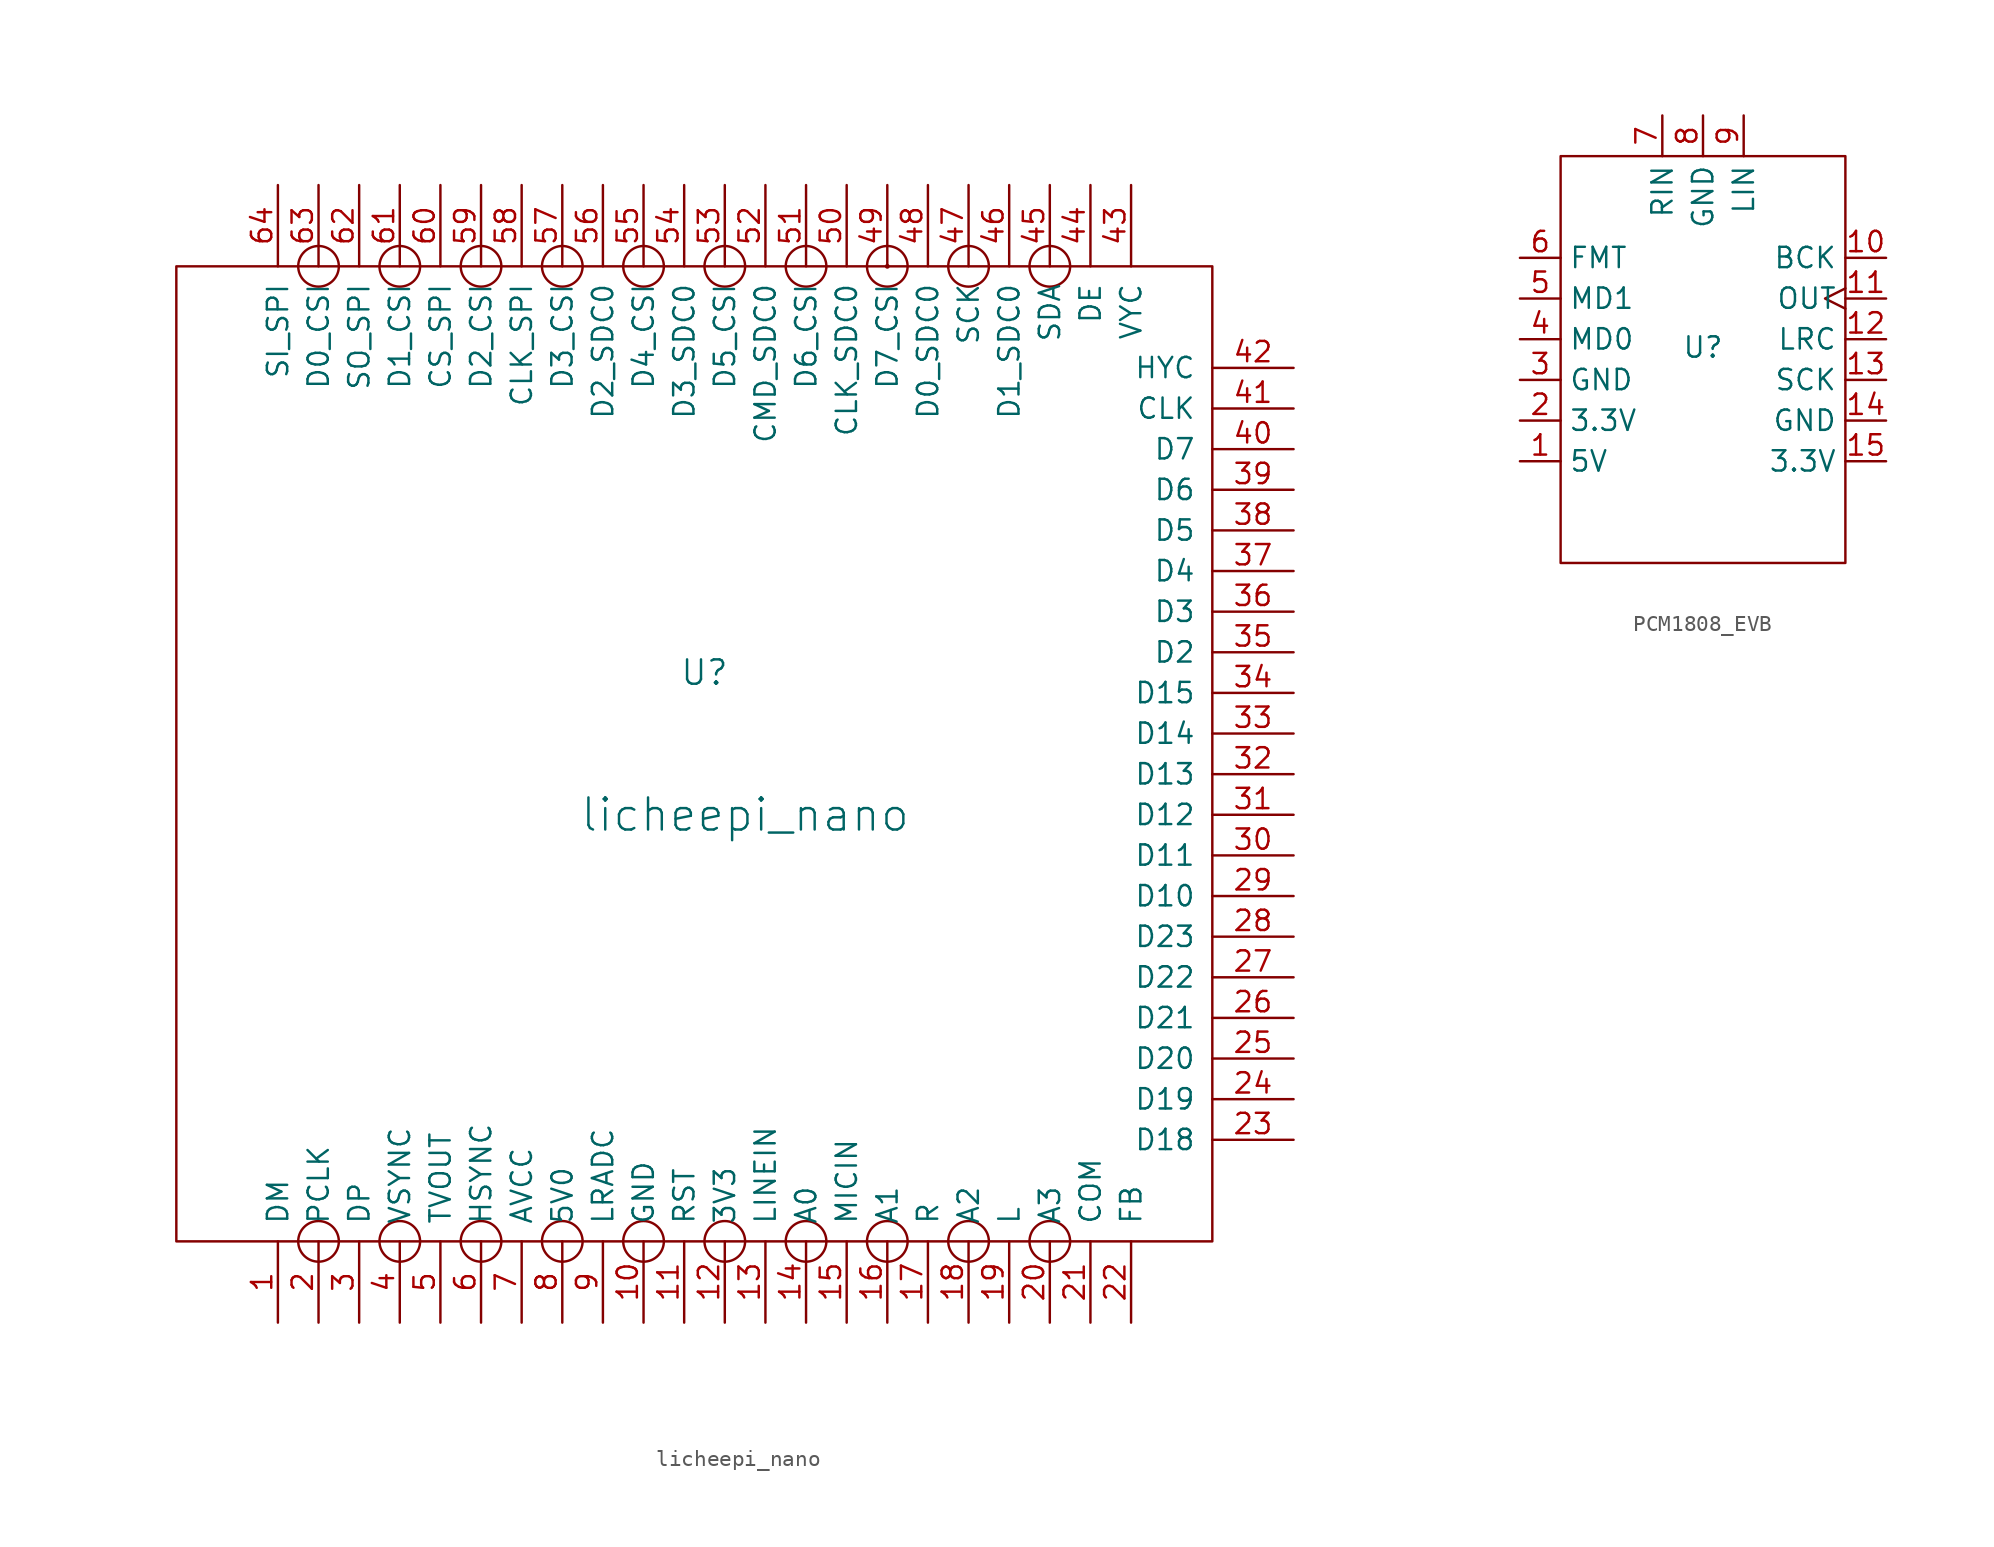
<source format=kicad_sym>
(kicad_symbol_lib
  (version 20231120)
  (generator "kicad_symbol_editor")
  (generator_version "8.0")
  (symbol "licheepi_nano"
    (pin_names
      (offset 1.016))
    (property "Reference" "U"
      (at 0 6.35 0)
      (effects (font (size 1.524 1.524))))
    (property "Value" "licheepi_nano"
      (at 2.54 -2.54 0)
      (effects (font (size 2.007 2.007))))
    (symbol "licheepi_nano_0_1"
      (rectangle (start -33.02 31.75) (end 31.75 -29.21) (stroke (width 0) (type solid)) (fill (type none)))
      (circle (center -24.13 -29.21) (radius 1.27) (stroke (width 0) (type solid)) (fill (type none)))
      (circle (center -24.13 31.75) (radius 1.27) (stroke (width 0) (type solid)) (fill (type none)))
      (circle (center -19.05 -29.21) (radius 1.27) (stroke (width 0) (type solid)) (fill (type none)))
      (circle (center -19.05 31.75) (radius 1.27) (stroke (width 0) (type solid)) (fill (type none)))
      (circle (center -13.97 -29.21) (radius 1.27) (stroke (width 0) (type solid)) (fill (type none)))
      (circle (center -13.97 31.75) (radius 1.27) (stroke (width 0) (type solid)) (fill (type none)))
      (circle (center -8.89 -29.21) (radius 1.27) (stroke (width 0) (type solid)) (fill (type none)))
      (circle (center -8.89 31.75) (radius 1.27) (stroke (width 0) (type solid)) (fill (type none)))
      (circle (center -3.81 -29.21) (radius 1.27) (stroke (width 0) (type solid)) (fill (type none)))
      (circle (center -3.81 31.75) (radius 1.27) (stroke (width 0) (type solid)) (fill (type none)))
      (circle (center 1.27 -29.21) (radius 1.27) (stroke (width 0) (type solid)) (fill (type none)))
      (circle (center 1.27 31.75) (radius 1.27) (stroke (width 0) (type solid)) (fill (type none)))
      (circle (center 6.35 -29.21) (radius 1.27) (stroke (width 0) (type solid)) (fill (type none)))
      (circle (center 6.35 31.75) (radius 1.27) (stroke (width 0) (type solid)) (fill (type none)))
      (circle (center 11.43 -29.21) (radius 1.27) (stroke (width 0) (type solid)) (fill (type none)))
      (circle (center 11.43 31.75) (radius 0.0001) (stroke (width 0) (type solid)) (fill (type none)))
      (circle (center 11.43 31.75) (radius 1.27) (stroke (width 0) (type solid)) (fill (type none)))
      (circle (center 16.51 -29.21) (radius 1.27) (stroke (width 0) (type solid)) (fill (type none)))
      (circle (center 16.51 31.75) (radius 1.27) (stroke (width 0) (type solid)) (fill (type none)))
      (circle (center 21.59 -29.21) (radius 1.27) (stroke (width 0) (type solid)) (fill (type none)))
      (circle (center 21.59 31.75) (radius 1.27) (stroke (width 0) (type solid)) (fill (type none))))
    (symbol "licheepi_nano_1_1"
      (pin input line (at -26.67 -34.29 90) (length 5.08) (name "DM" (effects (font (size 1.27 1.27)))) (number "1" (effects (font (size 1.27 1.27)))))
      (pin input line (at -3.81 -34.29 90) (length 5.08) (name "GND" (effects (font (size 1.27 1.27)))) (number "10" (effects (font (size 1.27 1.27)))))
      (pin input line (at -1.27 -34.29 90) (length 5.08) (name "RST" (effects (font (size 1.27 1.27)))) (number "11" (effects (font (size 1.27 1.27)))))
      (pin input line (at 1.27 -34.29 90) (length 5.08) (name "3V3" (effects (font (size 1.27 1.27)))) (number "12" (effects (font (size 1.27 1.27)))))
      (pin input line (at 3.81 -34.29 90) (length 5.08) (name "LINEIN" (effects (font (size 1.27 1.27)))) (number "13" (effects (font (size 1.27 1.27)))))
      (pin input line (at 6.35 -34.29 90) (length 5.08) (name "A0" (effects (font (size 1.27 1.27)))) (number "14" (effects (font (size 1.27 1.27)))))
      (pin input line (at 8.89 -34.29 90) (length 5.08) (name "MICIN" (effects (font (size 1.27 1.27)))) (number "15" (effects (font (size 1.27 1.27)))))
      (pin input line (at 11.43 -34.29 90) (length 5.08) (name "A1" (effects (font (size 1.27 1.27)))) (number "16" (effects (font (size 1.27 1.27)))))
      (pin input line (at 13.97 -34.29 90) (length 5.08) (name "R" (effects (font (size 1.27 1.27)))) (number "17" (effects (font (size 1.27 1.27)))))
      (pin input line (at 16.51 -34.29 90) (length 5.08) (name "A2" (effects (font (size 1.27 1.27)))) (number "18" (effects (font (size 1.27 1.27)))))
      (pin input line (at 19.05 -34.29 90) (length 5.08) (name "L" (effects (font (size 1.27 1.27)))) (number "19" (effects (font (size 1.27 1.27)))))
      (pin input line (at -24.13 -34.29 90) (length 5.08) (name "PCLK" (effects (font (size 1.27 1.27)))) (number "2" (effects (font (size 1.27 1.27)))))
      (pin input line (at 21.59 -34.29 90) (length 5.08) (name "A3" (effects (font (size 1.27 1.27)))) (number "20" (effects (font (size 1.27 1.27)))))
      (pin input line (at 24.13 -34.29 90) (length 5.08) (name "COM" (effects (font (size 1.27 1.27)))) (number "21" (effects (font (size 1.27 1.27)))))
      (pin input line (at 26.67 -34.29 90) (length 5.08) (name "FB" (effects (font (size 1.27 1.27)))) (number "22" (effects (font (size 1.27 1.27)))))
      (pin unspecified line (at 36.83 -22.86 180) (length 5.08) (name "D18" (effects (font (size 1.27 1.27)))) (number "23" (effects (font (size 1.27 1.27)))))
      (pin unspecified line (at 36.83 -20.32 180) (length 5.08) (name "D19" (effects (font (size 1.27 1.27)))) (number "24" (effects (font (size 1.27 1.27)))))
      (pin unspecified line (at 36.83 -17.78 180) (length 5.08) (name "D20" (effects (font (size 1.27 1.27)))) (number "25" (effects (font (size 1.27 1.27)))))
      (pin unspecified line (at 36.83 -15.24 180) (length 5.08) (name "D21" (effects (font (size 1.27 1.27)))) (number "26" (effects (font (size 1.27 1.27)))))
      (pin unspecified line (at 36.83 -12.7 180) (length 5.08) (name "D22" (effects (font (size 1.27 1.27)))) (number "27" (effects (font (size 1.27 1.27)))))
      (pin unspecified line (at 36.83 -10.16 180) (length 5.08) (name "D23" (effects (font (size 1.27 1.27)))) (number "28" (effects (font (size 1.27 1.27)))))
      (pin unspecified line (at 36.83 -7.62 180) (length 5.08) (name "D10" (effects (font (size 1.27 1.27)))) (number "29" (effects (font (size 1.27 1.27)))))
      (pin input line (at -21.59 -34.29 90) (length 5.08) (name "DP" (effects (font (size 1.27 1.27)))) (number "3" (effects (font (size 1.27 1.27)))))
      (pin unspecified line (at 36.83 -5.08 180) (length 5.08) (name "D11" (effects (font (size 1.27 1.27)))) (number "30" (effects (font (size 1.27 1.27)))))
      (pin unspecified line (at 36.83 -2.54 180) (length 5.08) (name "D12" (effects (font (size 1.27 1.27)))) (number "31" (effects (font (size 1.27 1.27)))))
      (pin unspecified line (at 36.83 0 180) (length 5.08) (name "D13" (effects (font (size 1.27 1.27)))) (number "32" (effects (font (size 1.27 1.27)))))
      (pin unspecified line (at 36.83 2.54 180) (length 5.08) (name "D14" (effects (font (size 1.27 1.27)))) (number "33" (effects (font (size 1.27 1.27)))))
      (pin unspecified line (at 36.83 5.08 180) (length 5.08) (name "D15" (effects (font (size 1.27 1.27)))) (number "34" (effects (font (size 1.27 1.27)))))
      (pin unspecified line (at 36.83 7.62 180) (length 5.08) (name "D2" (effects (font (size 1.27 1.27)))) (number "35" (effects (font (size 1.27 1.27)))))
      (pin unspecified line (at 36.83 10.16 180) (length 5.08) (name "D3" (effects (font (size 1.27 1.27)))) (number "36" (effects (font (size 1.27 1.27)))))
      (pin unspecified line (at 36.83 12.7 180) (length 5.08) (name "D4" (effects (font (size 1.27 1.27)))) (number "37" (effects (font (size 1.27 1.27)))))
      (pin unspecified line (at 36.83 15.24 180) (length 5.08) (name "D5" (effects (font (size 1.27 1.27)))) (number "38" (effects (font (size 1.27 1.27)))))
      (pin unspecified line (at 36.83 17.78 180) (length 5.08) (name "D6" (effects (font (size 1.27 1.27)))) (number "39" (effects (font (size 1.27 1.27)))))
      (pin input line (at -19.05 -34.29 90) (length 5.08) (name "VSYNC" (effects (font (size 1.27 1.27)))) (number "4" (effects (font (size 1.27 1.27)))))
      (pin unspecified line (at 36.83 20.32 180) (length 5.08) (name "D7" (effects (font (size 1.27 1.27)))) (number "40" (effects (font (size 1.27 1.27)))))
      (pin unspecified line (at 36.83 22.86 180) (length 5.08) (name "CLK" (effects (font (size 1.27 1.27)))) (number "41" (effects (font (size 1.27 1.27)))))
      (pin unspecified line (at 36.83 25.4 180) (length 5.08) (name "HYC" (effects (font (size 1.27 1.27)))) (number "42" (effects (font (size 1.27 1.27)))))
      (pin unspecified line (at 26.67 36.83 270) (length 5.08) (name "VYC" (effects (font (size 1.27 1.27)))) (number "43" (effects (font (size 1.27 1.27)))))
      (pin unspecified line (at 24.13 36.83 270) (length 5.08) (name "DE" (effects (font (size 1.27 1.27)))) (number "44" (effects (font (size 1.27 1.27)))))
      (pin unspecified line (at 21.59 36.83 270) (length 5.08) (name "SDA" (effects (font (size 1.27 1.27)))) (number "45" (effects (font (size 1.27 1.27)))))
      (pin unspecified line (at 19.05 36.83 270) (length 5.08) (name "D1_SDC0" (effects (font (size 1.27 1.27)))) (number "46" (effects (font (size 1.27 1.27)))))
      (pin unspecified line (at 16.51 36.83 270) (length 5.08) (name "SCK" (effects (font (size 1.27 1.27)))) (number "47" (effects (font (size 1.27 1.27)))))
      (pin unspecified line (at 13.97 36.83 270) (length 5.08) (name "D0_SDC0" (effects (font (size 1.27 1.27)))) (number "48" (effects (font (size 1.27 1.27)))))
      (pin unspecified line (at 11.43 36.83 270) (length 5.08) (name "D7_CSI" (effects (font (size 1.27 1.27)))) (number "49" (effects (font (size 1.27 1.27)))))
      (pin input line (at -16.51 -34.29 90) (length 5.08) (name "TVOUT" (effects (font (size 1.27 1.27)))) (number "5" (effects (font (size 1.27 1.27)))))
      (pin unspecified line (at 8.89 36.83 270) (length 5.08) (name "CLK_SDC0" (effects (font (size 1.27 1.27)))) (number "50" (effects (font (size 1.27 1.27)))))
      (pin unspecified line (at 6.35 36.83 270) (length 5.08) (name "D6_CSI" (effects (font (size 1.27 1.27)))) (number "51" (effects (font (size 1.27 1.27)))))
      (pin unspecified line (at 3.81 36.83 270) (length 5.08) (name "CMD_SDC0" (effects (font (size 1.27 1.27)))) (number "52" (effects (font (size 1.27 1.27)))))
      (pin unspecified line (at 1.27 36.83 270) (length 5.08) (name "D5_CSI" (effects (font (size 1.27 1.27)))) (number "53" (effects (font (size 1.27 1.27)))))
      (pin unspecified line (at -1.27 36.83 270) (length 5.08) (name "D3_SDC0" (effects (font (size 1.27 1.27)))) (number "54" (effects (font (size 1.27 1.27)))))
      (pin unspecified line (at -3.81 36.83 270) (length 5.08) (name "D4_CSI" (effects (font (size 1.27 1.27)))) (number "55" (effects (font (size 1.27 1.27)))))
      (pin unspecified line (at -6.35 36.83 270) (length 5.08) (name "D2_SDC0" (effects (font (size 1.27 1.27)))) (number "56" (effects (font (size 1.27 1.27)))))
      (pin unspecified line (at -8.89 36.83 270) (length 5.08) (name "D3_CSI" (effects (font (size 1.27 1.27)))) (number "57" (effects (font (size 1.27 1.27)))))
      (pin unspecified line (at -11.43 36.83 270) (length 5.08) (name "CLK_SPI" (effects (font (size 1.27 1.27)))) (number "58" (effects (font (size 1.27 1.27)))))
      (pin unspecified line (at -13.97 36.83 270) (length 5.08) (name "D2_CSI" (effects (font (size 1.27 1.27)))) (number "59" (effects (font (size 1.27 1.27)))))
      (pin input line (at -13.97 -34.29 90) (length 5.08) (name "HSYNC" (effects (font (size 1.27 1.27)))) (number "6" (effects (font (size 1.27 1.27)))))
      (pin unspecified line (at -16.51 36.83 270) (length 5.08) (name "CS_SPI" (effects (font (size 1.27 1.27)))) (number "60" (effects (font (size 1.27 1.27)))))
      (pin unspecified line (at -19.05 36.83 270) (length 5.08) (name "D1_CSI" (effects (font (size 1.27 1.27)))) (number "61" (effects (font (size 1.27 1.27)))))
      (pin unspecified line (at -21.59 36.83 270) (length 5.08) (name "SO_SPI" (effects (font (size 1.27 1.27)))) (number "62" (effects (font (size 1.27 1.27)))))
      (pin unspecified line (at -24.13 36.83 270) (length 5.08) (name "D0_CSI" (effects (font (size 1.27 1.27)))) (number "63" (effects (font (size 1.27 1.27)))))
      (pin unspecified line (at -26.67 36.83 270) (length 5.08) (name "SI_SPI" (effects (font (size 1.27 1.27)))) (number "64" (effects (font (size 1.27 1.27)))))
      (pin input line (at -11.43 -34.29 90) (length 5.08) (name "AVCC" (effects (font (size 1.27 1.27)))) (number "7" (effects (font (size 1.27 1.27)))))
      (pin input line (at -8.89 -34.29 90) (length 5.08) (name "5V0" (effects (font (size 1.27 1.27)))) (number "8" (effects (font (size 1.27 1.27)))))
      (pin input line (at -6.35 -34.29 90) (length 5.08) (name "LRADC" (effects (font (size 1.27 1.27)))) (number "9" (effects (font (size 1.27 1.27)))))))
  (symbol "PCM1808_EVB"
    (property "Reference" "U"
      (at 0 0.762 0)
      (effects (font (size 1.27 1.27))))
    (property "Value" ""
      (at -5.08 -3.81 0)
      (effects (font (size 1.27 1.27))))
    (symbol "PCM1808_EVB_0_1"
      (rectangle (start -8.89 12.7) (end 8.89 -12.7) (stroke (width 0) (type default)) (fill (type none))))
    (symbol "PCM1808_EVB_1_1"
      (pin power_in line (at -11.43 -6.35 0) (length 2.54) (name "5V" (effects (font (size 1.27 1.27)))) (number "1" (effects (font (size 1.27 1.27)))))
      (pin input line (at 11.43 6.35 180) (length 2.54) (name "BCK" (effects (font (size 1.27 1.27)))) (number "10" (effects (font (size 1.27 1.27)))))
      (pin output clock (at 11.43 3.81 180) (length 2.54) (name "OUT" (effects (font (size 1.27 1.27)))) (number "11" (effects (font (size 1.27 1.27)))))
      (pin input line (at 11.43 1.27 180) (length 2.54) (name "LRC" (effects (font (size 1.27 1.27)))) (number "12" (effects (font (size 1.27 1.27)))))
      (pin input line (at 11.43 -1.27 180) (length 2.54) (name "SCK" (effects (font (size 1.27 1.27)))) (number "13" (effects (font (size 1.27 1.27)))))
      (pin free line (at 11.43 -3.81 180) (length 2.54) (name "GND" (effects (font (size 1.27 1.27)))) (number "14" (effects (font (size 1.27 1.27)))))
      (pin power_in line (at 11.43 -6.35 180) (length 2.54) (name "3.3V" (effects (font (size 1.27 1.27)))) (number "15" (effects (font (size 1.27 1.27)))))
      (pin power_in line (at -11.43 -3.81 0) (length 2.54) (name "3.3V" (effects (font (size 1.27 1.27)))) (number "2" (effects (font (size 1.27 1.27)))))
      (pin free line (at -11.43 -1.27 0) (length 2.54) (name "GND" (effects (font (size 1.27 1.27)))) (number "3" (effects (font (size 1.27 1.27)))))
      (pin input line (at -11.43 1.27 0) (length 2.54) (name "MD0" (effects (font (size 1.27 1.27)))) (number "4" (effects (font (size 1.27 1.27)))))
      (pin input line (at -11.43 3.81 0) (length 2.54) (name "MD1" (effects (font (size 1.27 1.27)))) (number "5" (effects (font (size 1.27 1.27)))))
      (pin input line (at -11.43 6.35 0) (length 2.54) (name "FMT" (effects (font (size 1.27 1.27)))) (number "6" (effects (font (size 1.27 1.27)))))
      (pin input line (at -2.54 15.24 270) (length 2.54) (name "RIN" (effects (font (size 1.27 1.27)))) (number "7" (effects (font (size 1.27 1.27)))))
      (pin input line (at 0 15.24 270) (length 2.54) (name "GND" (effects (font (size 1.27 1.27)))) (number "8" (effects (font (size 1.27 1.27)))))
      (pin input line (at 2.54 15.24 270) (length 2.54) (name "LIN" (effects (font (size 1.27 1.27)))) (number "9" (effects (font (size 1.27 1.27))))))))
</source>
